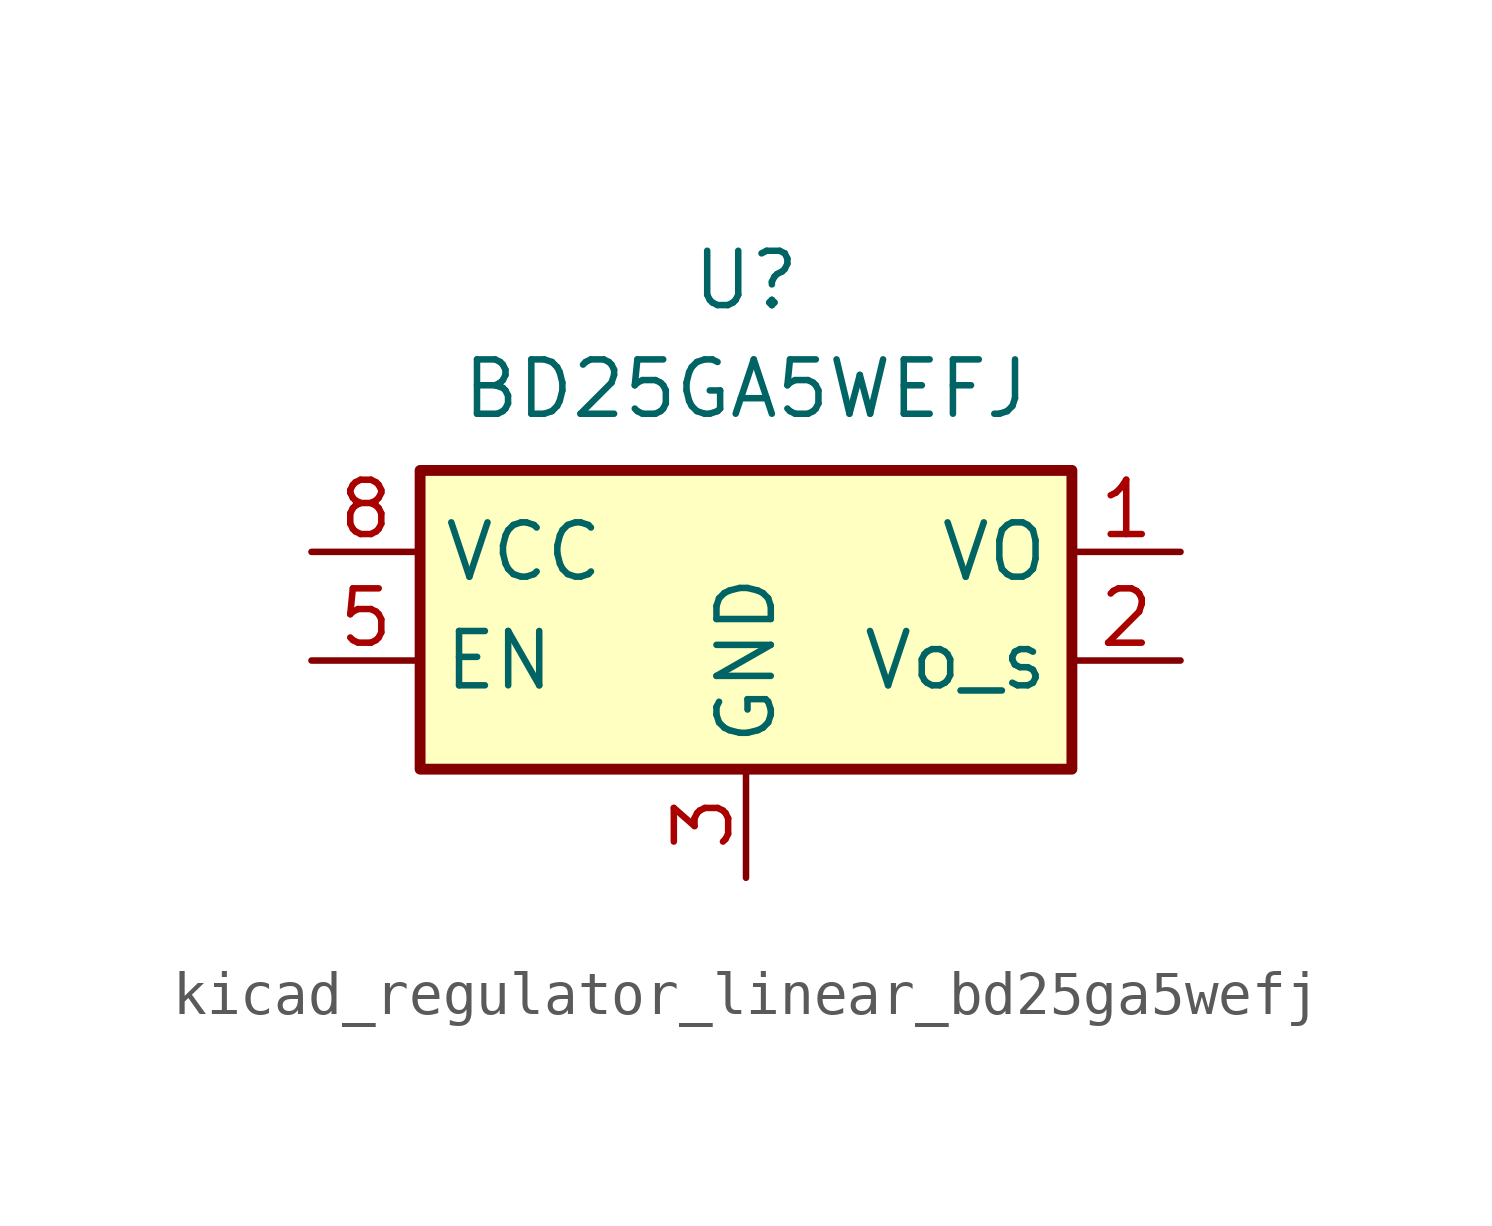
<source format=kicad_sym>
(kicad_symbol_lib
  (version 20220914)
  (generator kicad_symbol_editor)
  (symbol "kicad_regulator_linear_bd25ga5wefj"
    (property "Reference" "U"
      (at 0 6.35 0)
      (effects (font (size 1.27 1.27))))
    (property "Value" "BD25GA5WEFJ"
      (at 0 3.81 0)
      (effects (font (size 1.27 1.27))))
    (symbol "kicad_regulator_linear_bd25ga5wefj_1_1"
      (rectangle (start -7.62 -5.08) (end 7.62 1.905) (stroke (width 0.254) (type default)) (fill (type background)))
      (pin power_out line (at 10.16 0 180) (length 2.54) (name "VO" (effects (font (size 1.27 1.27)))) (number "1" (effects (font (size 1.27 1.27)))))
      (pin input line (at 10.16 -2.54 180) (length 2.54) (name "Vo_s" (effects (font (size 1.27 1.27)))) (number "2" (effects (font (size 1.27 1.27)))))
      (pin power_in line (at 0 -7.62 90) (length 2.54) (name "GND" (effects (font (size 1.27 1.27)))) (number "3" (effects (font (size 1.27 1.27)))))
      (pin passive line (at 0 -7.62 90) (length 2.54) hide (name "GND" (effects (font (size 1.27 1.27)))) (number "4" (effects (font (size 1.27 1.27)))))
      (pin input line (at -10.16 -2.54 0) (length 2.54) (name "EN" (effects (font (size 1.27 1.27)))) (number "5" (effects (font (size 1.27 1.27)))))
      (pin passive line (at 0 -7.62 90) (length 2.54) hide (name "GND" (effects (font (size 1.27 1.27)))) (number "6" (effects (font (size 1.27 1.27)))))
      (pin passive line (at 0 -7.62 90) (length 2.54) hide (name "GND" (effects (font (size 1.27 1.27)))) (number "7" (effects (font (size 1.27 1.27)))))
      (pin power_in line (at -10.16 0 0) (length 2.54) (name "VCC" (effects (font (size 1.27 1.27)))) (number "8" (effects (font (size 1.27 1.27)))))
      (pin passive line (at 0 -7.62 90) (length 2.54) hide (name "GND" (effects (font (size 1.27 1.27)))) (number "9" (effects (font (size 1.27 1.27))))))))
</source>
